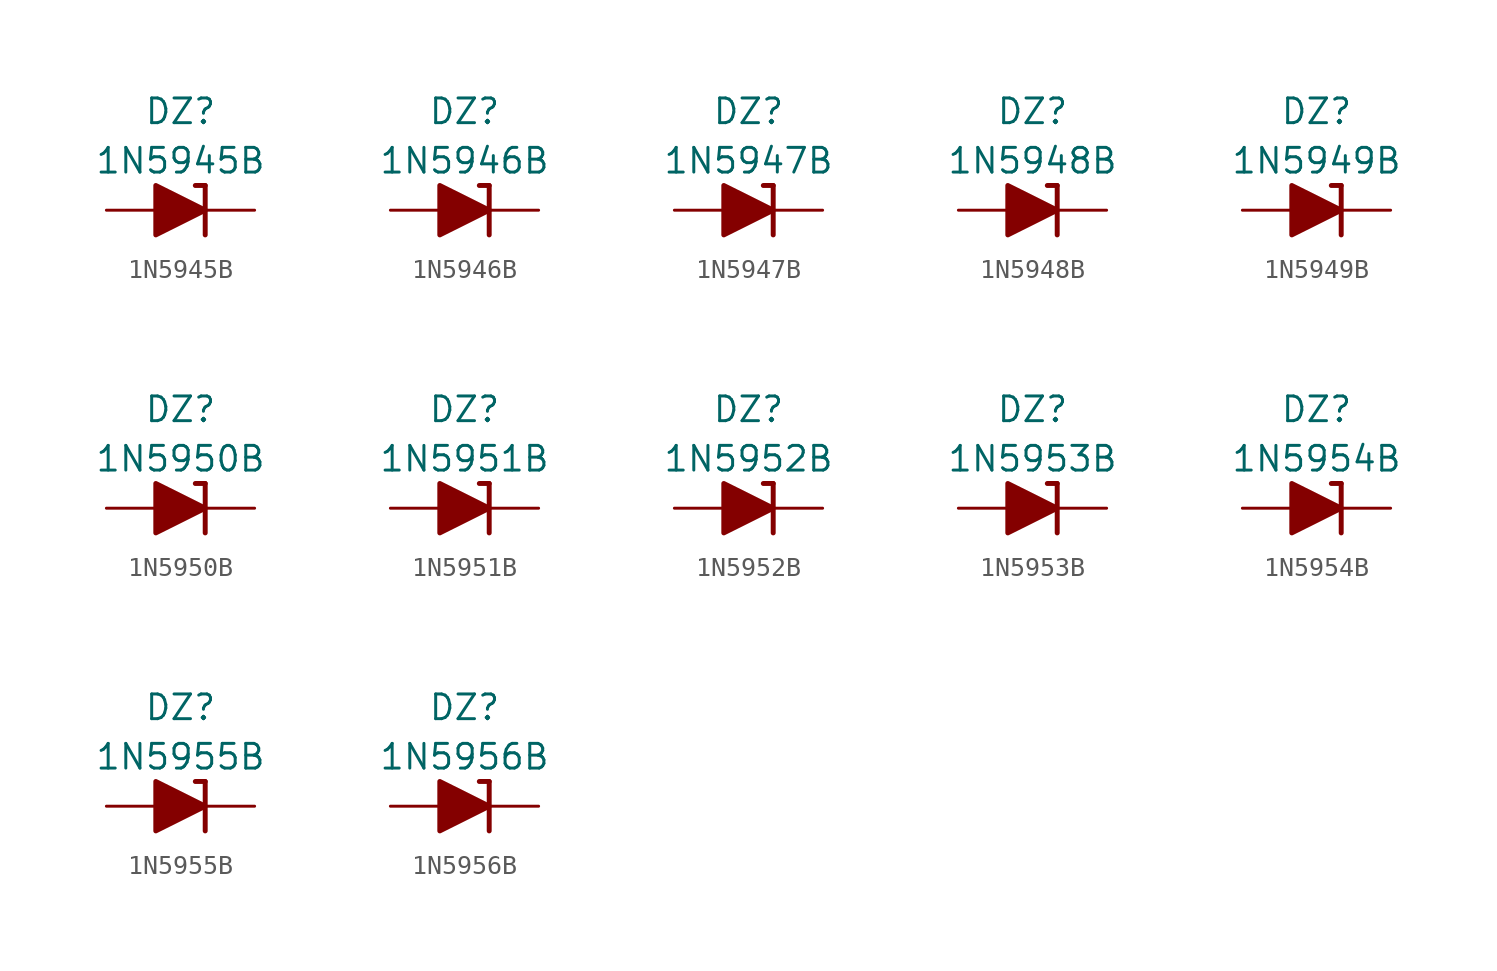
<source format=kicad_sym>
(kicad_symbol_lib
  (version 20201005)
  (generator kicad_symbol_editor)
  (symbol "Diode_Zener_AKL:1N5945B"
    (pin_numbers hide)
    (pin_names
      (offset 1.016) hide)
    (property "Reference" "DZ"
      (at 0 5.08 0)
      (effects (font (size 1.27 1.27))))
    (property "Value" "1N5945B"
      (at 0 2.54 0)
      (effects (font (size 1.27 1.27))))
    (symbol "1N5945B_0_1"
      (polyline (pts (xy -1.27 0) (xy 1.27 0)) (stroke (width 0)) (fill (type none)))
      (polyline (pts (xy 1.27 1.27) (xy 0.762 1.27)) (stroke (width 0.254)) (fill (type none)))
      (polyline (pts (xy 1.27 1.27) (xy 1.27 -1.27)) (stroke (width 0.254)) (fill (type none)))
      (polyline (pts (xy -1.27 -1.27) (xy -1.27 1.27) (xy 1.27 0) (xy -1.27 -1.27)) (stroke (width 0.254)) (fill (type outline))))
    (symbol "1N5945B_1_1"
      (pin passive line (at 3.81 0 180) (length 2.54) (name "K" (effects (font (size 1.27 1.27)))) (number "1" (effects (font (size 1.27 1.27)))))
      (pin passive line (at -3.81 0 0) (length 2.54) (name "A" (effects (font (size 1.27 1.27)))) (number "2" (effects (font (size 1.27 1.27)))))))
  (symbol "Diode_Zener_AKL:1N5946B"
    (pin_numbers hide)
    (pin_names
      (offset 1.016) hide)
    (property "Reference" "DZ"
      (at 0 5.08 0)
      (effects (font (size 1.27 1.27))))
    (property "Value" "1N5946B"
      (at 0 2.54 0)
      (effects (font (size 1.27 1.27))))
    (symbol "1N5946B_0_1"
      (polyline (pts (xy -1.27 0) (xy 1.27 0)) (stroke (width 0)) (fill (type none)))
      (polyline (pts (xy 1.27 1.27) (xy 0.762 1.27)) (stroke (width 0.254)) (fill (type none)))
      (polyline (pts (xy 1.27 1.27) (xy 1.27 -1.27)) (stroke (width 0.254)) (fill (type none)))
      (polyline (pts (xy -1.27 -1.27) (xy -1.27 1.27) (xy 1.27 0) (xy -1.27 -1.27)) (stroke (width 0.254)) (fill (type outline))))
    (symbol "1N5946B_1_1"
      (pin passive line (at 3.81 0 180) (length 2.54) (name "K" (effects (font (size 1.27 1.27)))) (number "1" (effects (font (size 1.27 1.27)))))
      (pin passive line (at -3.81 0 0) (length 2.54) (name "A" (effects (font (size 1.27 1.27)))) (number "2" (effects (font (size 1.27 1.27)))))))
  (symbol "Diode_Zener_AKL:1N5947B"
    (pin_numbers hide)
    (pin_names
      (offset 1.016) hide)
    (property "Reference" "DZ"
      (at 0 5.08 0)
      (effects (font (size 1.27 1.27))))
    (property "Value" "1N5947B"
      (at 0 2.54 0)
      (effects (font (size 1.27 1.27))))
    (symbol "1N5947B_0_1"
      (polyline (pts (xy -1.27 0) (xy 1.27 0)) (stroke (width 0)) (fill (type none)))
      (polyline (pts (xy 1.27 1.27) (xy 0.762 1.27)) (stroke (width 0.254)) (fill (type none)))
      (polyline (pts (xy 1.27 1.27) (xy 1.27 -1.27)) (stroke (width 0.254)) (fill (type none)))
      (polyline (pts (xy -1.27 -1.27) (xy -1.27 1.27) (xy 1.27 0) (xy -1.27 -1.27)) (stroke (width 0.254)) (fill (type outline))))
    (symbol "1N5947B_1_1"
      (pin passive line (at 3.81 0 180) (length 2.54) (name "K" (effects (font (size 1.27 1.27)))) (number "1" (effects (font (size 1.27 1.27)))))
      (pin passive line (at -3.81 0 0) (length 2.54) (name "A" (effects (font (size 1.27 1.27)))) (number "2" (effects (font (size 1.27 1.27)))))))
  (symbol "Diode_Zener_AKL:1N5948B"
    (pin_numbers hide)
    (pin_names
      (offset 1.016) hide)
    (property "Reference" "DZ"
      (at 0 5.08 0)
      (effects (font (size 1.27 1.27))))
    (property "Value" "1N5948B"
      (at 0 2.54 0)
      (effects (font (size 1.27 1.27))))
    (symbol "1N5948B_0_1"
      (polyline (pts (xy -1.27 0) (xy 1.27 0)) (stroke (width 0)) (fill (type none)))
      (polyline (pts (xy 1.27 1.27) (xy 0.762 1.27)) (stroke (width 0.254)) (fill (type none)))
      (polyline (pts (xy 1.27 1.27) (xy 1.27 -1.27)) (stroke (width 0.254)) (fill (type none)))
      (polyline (pts (xy -1.27 -1.27) (xy -1.27 1.27) (xy 1.27 0) (xy -1.27 -1.27)) (stroke (width 0.254)) (fill (type outline))))
    (symbol "1N5948B_1_1"
      (pin passive line (at 3.81 0 180) (length 2.54) (name "K" (effects (font (size 1.27 1.27)))) (number "1" (effects (font (size 1.27 1.27)))))
      (pin passive line (at -3.81 0 0) (length 2.54) (name "A" (effects (font (size 1.27 1.27)))) (number "2" (effects (font (size 1.27 1.27)))))))
  (symbol "Diode_Zener_AKL:1N5949B"
    (pin_numbers hide)
    (pin_names
      (offset 1.016) hide)
    (property "Reference" "DZ"
      (at 0 5.08 0)
      (effects (font (size 1.27 1.27))))
    (property "Value" "1N5949B"
      (at 0 2.54 0)
      (effects (font (size 1.27 1.27))))
    (symbol "1N5949B_0_1"
      (polyline (pts (xy -1.27 0) (xy 1.27 0)) (stroke (width 0)) (fill (type none)))
      (polyline (pts (xy 1.27 1.27) (xy 0.762 1.27)) (stroke (width 0.254)) (fill (type none)))
      (polyline (pts (xy 1.27 1.27) (xy 1.27 -1.27)) (stroke (width 0.254)) (fill (type none)))
      (polyline (pts (xy -1.27 -1.27) (xy -1.27 1.27) (xy 1.27 0) (xy -1.27 -1.27)) (stroke (width 0.254)) (fill (type outline))))
    (symbol "1N5949B_1_1"
      (pin passive line (at 3.81 0 180) (length 2.54) (name "K" (effects (font (size 1.27 1.27)))) (number "1" (effects (font (size 1.27 1.27)))))
      (pin passive line (at -3.81 0 0) (length 2.54) (name "A" (effects (font (size 1.27 1.27)))) (number "2" (effects (font (size 1.27 1.27)))))))
  (symbol "Diode_Zener_AKL:1N5950B"
    (pin_numbers hide)
    (pin_names
      (offset 1.016) hide)
    (property "Reference" "DZ"
      (at 0 5.08 0)
      (effects (font (size 1.27 1.27))))
    (property "Value" "1N5950B"
      (at 0 2.54 0)
      (effects (font (size 1.27 1.27))))
    (symbol "1N5950B_0_1"
      (polyline (pts (xy -1.27 0) (xy 1.27 0)) (stroke (width 0)) (fill (type none)))
      (polyline (pts (xy 1.27 1.27) (xy 0.762 1.27)) (stroke (width 0.254)) (fill (type none)))
      (polyline (pts (xy 1.27 1.27) (xy 1.27 -1.27)) (stroke (width 0.254)) (fill (type none)))
      (polyline (pts (xy -1.27 -1.27) (xy -1.27 1.27) (xy 1.27 0) (xy -1.27 -1.27)) (stroke (width 0.254)) (fill (type outline))))
    (symbol "1N5950B_1_1"
      (pin passive line (at 3.81 0 180) (length 2.54) (name "K" (effects (font (size 1.27 1.27)))) (number "1" (effects (font (size 1.27 1.27)))))
      (pin passive line (at -3.81 0 0) (length 2.54) (name "A" (effects (font (size 1.27 1.27)))) (number "2" (effects (font (size 1.27 1.27)))))))
  (symbol "Diode_Zener_AKL:1N5951B"
    (pin_numbers hide)
    (pin_names
      (offset 1.016) hide)
    (property "Reference" "DZ"
      (at 0 5.08 0)
      (effects (font (size 1.27 1.27))))
    (property "Value" "1N5951B"
      (at 0 2.54 0)
      (effects (font (size 1.27 1.27))))
    (symbol "1N5951B_0_1"
      (polyline (pts (xy -1.27 0) (xy 1.27 0)) (stroke (width 0)) (fill (type none)))
      (polyline (pts (xy 1.27 1.27) (xy 0.762 1.27)) (stroke (width 0.254)) (fill (type none)))
      (polyline (pts (xy 1.27 1.27) (xy 1.27 -1.27)) (stroke (width 0.254)) (fill (type none)))
      (polyline (pts (xy -1.27 -1.27) (xy -1.27 1.27) (xy 1.27 0) (xy -1.27 -1.27)) (stroke (width 0.254)) (fill (type outline))))
    (symbol "1N5951B_1_1"
      (pin passive line (at 3.81 0 180) (length 2.54) (name "K" (effects (font (size 1.27 1.27)))) (number "1" (effects (font (size 1.27 1.27)))))
      (pin passive line (at -3.81 0 0) (length 2.54) (name "A" (effects (font (size 1.27 1.27)))) (number "2" (effects (font (size 1.27 1.27)))))))
  (symbol "Diode_Zener_AKL:1N5952B"
    (pin_numbers hide)
    (pin_names
      (offset 1.016) hide)
    (property "Reference" "DZ"
      (at 0 5.08 0)
      (effects (font (size 1.27 1.27))))
    (property "Value" "1N5952B"
      (at 0 2.54 0)
      (effects (font (size 1.27 1.27))))
    (symbol "1N5952B_0_1"
      (polyline (pts (xy -1.27 0) (xy 1.27 0)) (stroke (width 0)) (fill (type none)))
      (polyline (pts (xy 1.27 1.27) (xy 0.762 1.27)) (stroke (width 0.254)) (fill (type none)))
      (polyline (pts (xy 1.27 1.27) (xy 1.27 -1.27)) (stroke (width 0.254)) (fill (type none)))
      (polyline (pts (xy -1.27 -1.27) (xy -1.27 1.27) (xy 1.27 0) (xy -1.27 -1.27)) (stroke (width 0.254)) (fill (type outline))))
    (symbol "1N5952B_1_1"
      (pin passive line (at 3.81 0 180) (length 2.54) (name "K" (effects (font (size 1.27 1.27)))) (number "1" (effects (font (size 1.27 1.27)))))
      (pin passive line (at -3.81 0 0) (length 2.54) (name "A" (effects (font (size 1.27 1.27)))) (number "2" (effects (font (size 1.27 1.27)))))))
  (symbol "Diode_Zener_AKL:1N5953B"
    (pin_numbers hide)
    (pin_names
      (offset 1.016) hide)
    (property "Reference" "DZ"
      (at 0 5.08 0)
      (effects (font (size 1.27 1.27))))
    (property "Value" "1N5953B"
      (at 0 2.54 0)
      (effects (font (size 1.27 1.27))))
    (symbol "1N5953B_0_1"
      (polyline (pts (xy -1.27 0) (xy 1.27 0)) (stroke (width 0)) (fill (type none)))
      (polyline (pts (xy 1.27 1.27) (xy 0.762 1.27)) (stroke (width 0.254)) (fill (type none)))
      (polyline (pts (xy 1.27 1.27) (xy 1.27 -1.27)) (stroke (width 0.254)) (fill (type none)))
      (polyline (pts (xy -1.27 -1.27) (xy -1.27 1.27) (xy 1.27 0) (xy -1.27 -1.27)) (stroke (width 0.254)) (fill (type outline))))
    (symbol "1N5953B_1_1"
      (pin passive line (at 3.81 0 180) (length 2.54) (name "K" (effects (font (size 1.27 1.27)))) (number "1" (effects (font (size 1.27 1.27)))))
      (pin passive line (at -3.81 0 0) (length 2.54) (name "A" (effects (font (size 1.27 1.27)))) (number "2" (effects (font (size 1.27 1.27)))))))
  (symbol "Diode_Zener_AKL:1N5954B"
    (pin_numbers hide)
    (pin_names
      (offset 1.016) hide)
    (property "Reference" "DZ"
      (at 0 5.08 0)
      (effects (font (size 1.27 1.27))))
    (property "Value" "1N5954B"
      (at 0 2.54 0)
      (effects (font (size 1.27 1.27))))
    (symbol "1N5954B_0_1"
      (polyline (pts (xy -1.27 0) (xy 1.27 0)) (stroke (width 0)) (fill (type none)))
      (polyline (pts (xy 1.27 1.27) (xy 0.762 1.27)) (stroke (width 0.254)) (fill (type none)))
      (polyline (pts (xy 1.27 1.27) (xy 1.27 -1.27)) (stroke (width 0.254)) (fill (type none)))
      (polyline (pts (xy -1.27 -1.27) (xy -1.27 1.27) (xy 1.27 0) (xy -1.27 -1.27)) (stroke (width 0.254)) (fill (type outline))))
    (symbol "1N5954B_1_1"
      (pin passive line (at 3.81 0 180) (length 2.54) (name "K" (effects (font (size 1.27 1.27)))) (number "1" (effects (font (size 1.27 1.27)))))
      (pin passive line (at -3.81 0 0) (length 2.54) (name "A" (effects (font (size 1.27 1.27)))) (number "2" (effects (font (size 1.27 1.27)))))))
  (symbol "Diode_Zener_AKL:1N5955B"
    (pin_numbers hide)
    (pin_names
      (offset 1.016) hide)
    (property "Reference" "DZ"
      (at 0 5.08 0)
      (effects (font (size 1.27 1.27))))
    (property "Value" "1N5955B"
      (at 0 2.54 0)
      (effects (font (size 1.27 1.27))))
    (symbol "1N5955B_0_1"
      (polyline (pts (xy -1.27 0) (xy 1.27 0)) (stroke (width 0)) (fill (type none)))
      (polyline (pts (xy 1.27 1.27) (xy 0.762 1.27)) (stroke (width 0.254)) (fill (type none)))
      (polyline (pts (xy 1.27 1.27) (xy 1.27 -1.27)) (stroke (width 0.254)) (fill (type none)))
      (polyline (pts (xy -1.27 -1.27) (xy -1.27 1.27) (xy 1.27 0) (xy -1.27 -1.27)) (stroke (width 0.254)) (fill (type outline))))
    (symbol "1N5955B_1_1"
      (pin passive line (at 3.81 0 180) (length 2.54) (name "K" (effects (font (size 1.27 1.27)))) (number "1" (effects (font (size 1.27 1.27)))))
      (pin passive line (at -3.81 0 0) (length 2.54) (name "A" (effects (font (size 1.27 1.27)))) (number "2" (effects (font (size 1.27 1.27)))))))
  (symbol "Diode_Zener_AKL:1N5956B"
    (pin_numbers hide)
    (pin_names
      (offset 1.016) hide)
    (property "Reference" "DZ"
      (at 0 5.08 0)
      (effects (font (size 1.27 1.27))))
    (property "Value" "1N5956B"
      (at 0 2.54 0)
      (effects (font (size 1.27 1.27))))
    (symbol "1N5956B_0_1"
      (polyline (pts (xy -1.27 0) (xy 1.27 0)) (stroke (width 0)) (fill (type none)))
      (polyline (pts (xy 1.27 1.27) (xy 0.762 1.27)) (stroke (width 0.254)) (fill (type none)))
      (polyline (pts (xy 1.27 1.27) (xy 1.27 -1.27)) (stroke (width 0.254)) (fill (type none)))
      (polyline (pts (xy -1.27 -1.27) (xy -1.27 1.27) (xy 1.27 0) (xy -1.27 -1.27)) (stroke (width 0.254)) (fill (type outline))))
    (symbol "1N5956B_1_1"
      (pin passive line (at 3.81 0 180) (length 2.54) (name "K" (effects (font (size 1.27 1.27)))) (number "1" (effects (font (size 1.27 1.27)))))
      (pin passive line (at -3.81 0 0) (length 2.54) (name "A" (effects (font (size 1.27 1.27)))) (number "2" (effects (font (size 1.27 1.27))))))))
</source>
